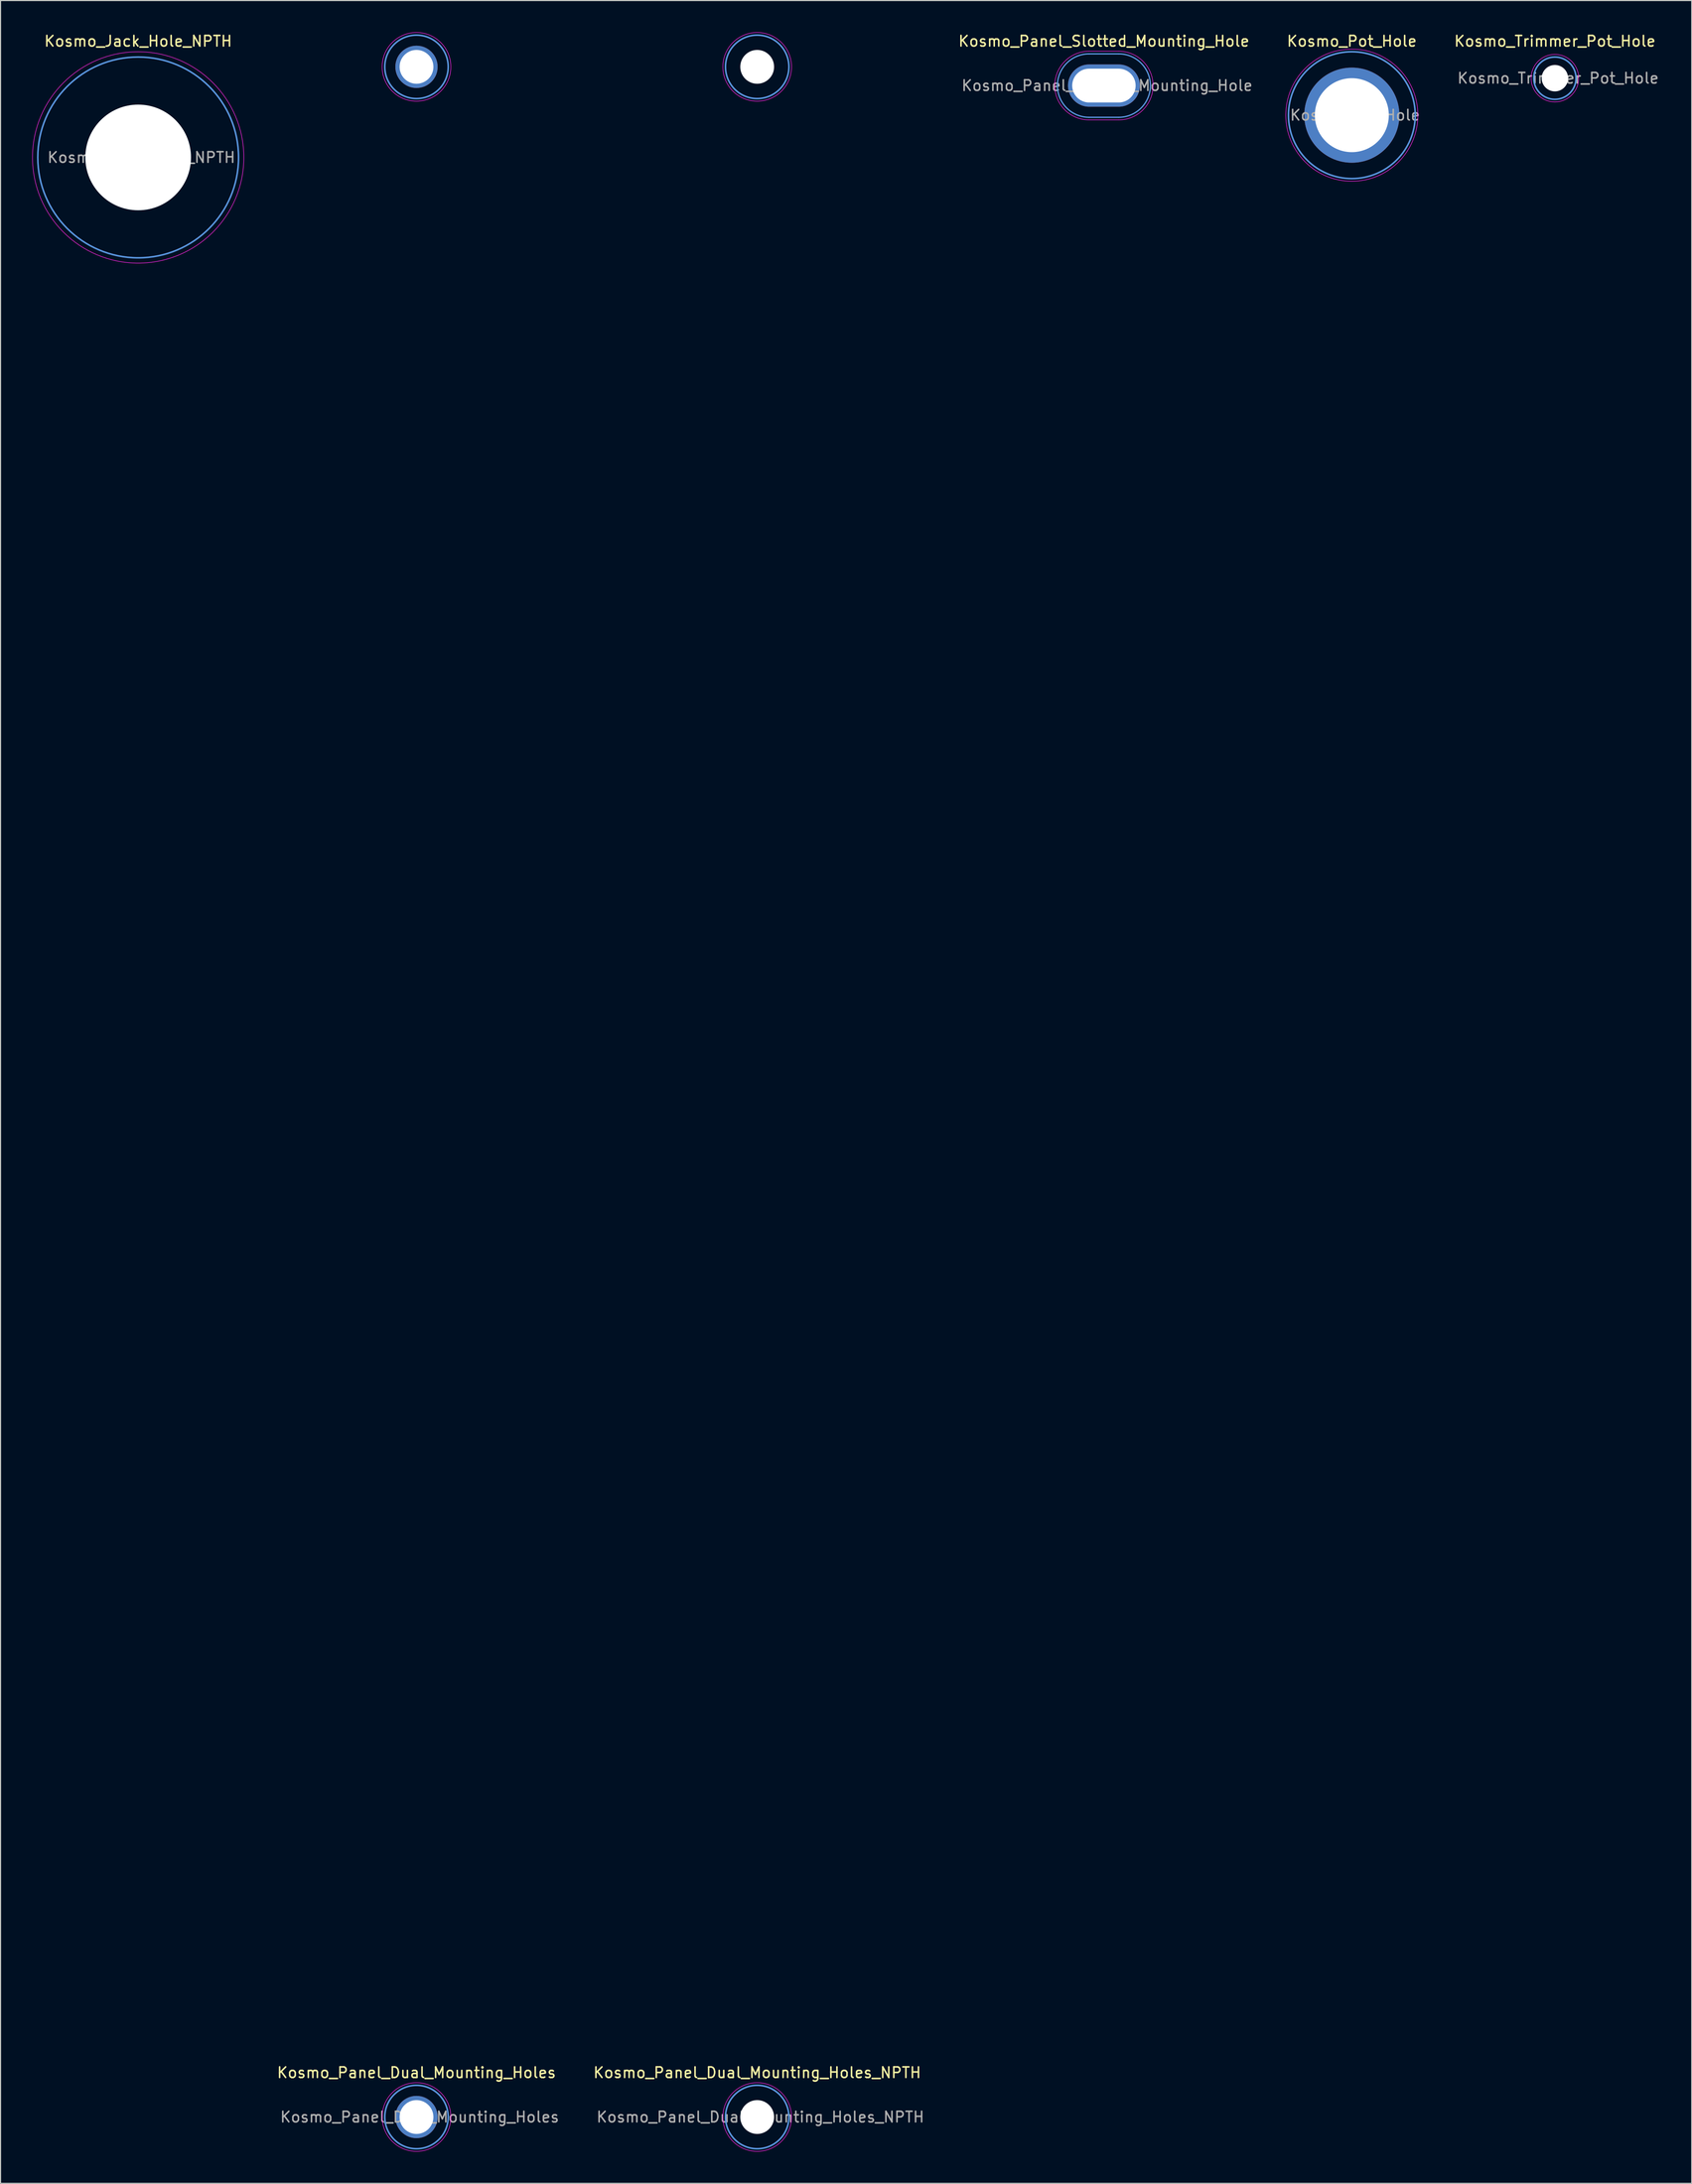
<source format=kicad_pcb>
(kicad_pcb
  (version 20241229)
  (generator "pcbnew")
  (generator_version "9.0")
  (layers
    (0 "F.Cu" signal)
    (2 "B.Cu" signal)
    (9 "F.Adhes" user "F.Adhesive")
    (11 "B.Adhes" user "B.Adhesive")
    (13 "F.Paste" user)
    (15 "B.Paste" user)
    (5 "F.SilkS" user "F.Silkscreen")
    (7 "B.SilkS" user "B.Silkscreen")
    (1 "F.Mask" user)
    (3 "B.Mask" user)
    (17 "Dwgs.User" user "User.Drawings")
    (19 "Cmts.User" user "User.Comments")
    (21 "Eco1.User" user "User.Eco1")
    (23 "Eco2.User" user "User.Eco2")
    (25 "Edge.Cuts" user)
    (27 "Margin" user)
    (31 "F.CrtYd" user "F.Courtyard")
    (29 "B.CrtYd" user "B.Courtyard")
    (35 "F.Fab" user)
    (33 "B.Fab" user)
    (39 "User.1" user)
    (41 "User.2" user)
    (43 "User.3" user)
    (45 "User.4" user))
  (footprint "Kosmo_Jack_Hole_NPTH"
    (layer "F.Cu")
    (at 10.025 11.848)
    (property "Reference" "Kosmo_Jack_Hole_NPTH" (at 0 -11 0) (layer "F.SilkS") (effects (font (size 1 1) (thickness 0.15))))
    (attr exclude_from_pos_files exclude_from_bom)
    (fp_circle (center 0 0) (end 9.5 0) (stroke (width 0.15) (type solid)) (fill no) (layer "Cmts.User"))
    (fp_circle (center 0 0) (end 10 0) (stroke (width 0.05) (type solid)) (fill no) (layer "F.CrtYd"))
    (fp_text user "${REFERENCE}" (at 0.3 0 0) (layer "F.Fab") (effects (font (size 1 1) (thickness 0.15))))
    (pad "" np_thru_hole circle (at 0 0) (size 10 10) (drill 10) (layers "*.Mask" "F.Cu")))
  (footprint "Kosmo_Panel_Slotted_Mounting_Hole"
    (layer "F.Cu")
    (at 100.018 5.048)
    (property "Reference" "Kosmo_Panel_Slotted_Mounting_Hole" (at 1.4 -4.2 0) (layer "F.SilkS") (effects (font (size 1 1) (thickness 0.15))))
    (attr exclude_from_pos_files exclude_from_bom)
    (fp_line (start 0 -3) (end 2.8 -3) (stroke (width 0.12) (type solid)) (layer "Cmts.User"))
    (fp_line (start 0 3) (end 2.8 3) (stroke (width 0.12) (type solid)) (layer "Cmts.User"))
    (fp_arc (start 0 3) (mid -3 0) (end 0 -3) (stroke (width 0.12) (type solid)) (layer "Cmts.User"))
    (fp_arc (start 2.8 -3) (mid 5.8 0) (end 2.8 3) (stroke (width 0.12) (type solid)) (layer "Cmts.User"))
    (fp_line (start 0 -3.25) (end 2.8 -3.25) (stroke (width 0.05) (type solid)) (layer "F.CrtYd"))
    (fp_line (start 0 3.25) (end 2.8 3.25) (stroke (width 0.05) (type solid)) (layer "F.CrtYd"))
    (fp_arc (start 0 3.25) (mid -3.25 0) (end 0 -3.25) (stroke (width 0.05) (type solid)) (layer "F.CrtYd"))
    (fp_arc (start 2.8 -3.25) (mid 6.05 0) (end 2.8 3.25) (stroke (width 0.05) (type solid)) (layer "F.CrtYd"))
    (fp_text user "${REFERENCE}" (at 1.7 0 0) (layer "F.Fab") (effects (font (size 1 1) (thickness 0.15))))
    (pad "1" thru_hole oval (at 1.4 0) (size 6.8 4) (drill oval 6 3.2) (layers "*.Cu" "*.Mask")))
  (footprint "Kosmo_Panel_Dual_Mounting_Holes_NPTH"
    (layer "F.Cu")
    (at 68.606 197.275)
    (property "Reference" "Kosmo_Panel_Dual_Mounting_Holes_NPTH" (at 0 -4.2 0) (layer "F.SilkS") (effects (font (size 1 1) (thickness 0.15))))
    (attr exclude_from_pos_files exclude_from_bom)
    (fp_circle (center 0 -194) (end 3 -194) (stroke (width 0.15) (type solid)) (fill no) (layer "Cmts.User"))
    (fp_circle (center 0 0) (end 3 0) (stroke (width 0.15) (type solid)) (fill no) (layer "Cmts.User"))
    (fp_circle (center 0 -194) (end 3.25 -194) (stroke (width 0.05) (type solid)) (fill no) (layer "F.CrtYd"))
    (fp_circle (center 0 0) (end 3.25 0) (stroke (width 0.05) (type solid)) (fill no) (layer "F.CrtYd"))
    (fp_text user "${REFERENCE}" (at 0.3 0 0) (layer "F.Fab") (effects (font (size 1 1) (thickness 0.15))))
    (pad "" np_thru_hole circle (at 0 -194) (size 3.2 3.2) (drill 3.2) (layers "*.Mask" "F.Cu"))
    (pad "" np_thru_hole circle (at 0 0) (size 3.2 3.2) (drill 3.2) (layers "*.Mask" "F.Cu")))
  (footprint "Kosmo_Trimmer_Pot_Hole"
    (layer "F.Cu")
    (at 144.096 4.348)
    (property "Reference" "Kosmo_Trimmer_Pot_Hole" (at 0 -3.5 0) (layer "F.SilkS") (effects (font (size 1 1) (thickness 0.15))))
    (attr exclude_from_pos_files exclude_from_bom)
    (fp_circle (center 0 0) (end 2 0) (stroke (width 0.15) (type solid)) (fill no) (layer "Cmts.User"))
    (fp_circle (center 0 0) (end 2.25 0) (stroke (width 0.05) (type solid)) (fill no) (layer "F.CrtYd"))
    (fp_text user "${REFERENCE}" (at 0.3 0 0) (layer "F.Fab") (effects (font (size 1 1) (thickness 0.15))))
    (pad "" np_thru_hole circle (at 0 0) (size 2.5 2.5) (drill 2.5) (layers "F.Cu" "F.Mask")))
  (footprint "Kosmo_Pot_Hole"
    (layer "F.Cu")
    (at 124.88 7.848)
    (property "Reference" "Kosmo_Pot_Hole" (at 0 -7 0) (layer "F.SilkS") (effects (font (size 1 1) (thickness 0.15))))
    (attr exclude_from_pos_files exclude_from_bom)
    (fp_circle (center 0 0) (end 6 0) (stroke (width 0.15) (type solid)) (fill no) (layer "Cmts.User"))
    (fp_circle (center 0 0) (end 6.25 0) (stroke (width 0.05) (type solid)) (fill no) (layer "F.CrtYd"))
    (fp_text user "${REFERENCE}" (at 0.3 0 0) (layer "F.Fab") (effects (font (size 1 1) (thickness 0.15))))
    (pad "1" thru_hole circle (at 0 0) (size 9 9) (drill 7) (layers "*.Cu" "*.Mask")))
  (footprint "Kosmo_Panel_Dual_Mounting_Holes"
    (layer "F.Cu")
    (at 36.365 197.275)
    (property "Reference" "Kosmo_Panel_Dual_Mounting_Holes" (at 0 -4.2 0) (layer "F.SilkS") (effects (font (size 1 1) (thickness 0.15))))
    (attr exclude_from_pos_files exclude_from_bom)
    (fp_circle (center 0 -194) (end 3 -194) (stroke (width 0.15) (type solid)) (fill no) (layer "Cmts.User"))
    (fp_circle (center 0 0) (end 3 0) (stroke (width 0.15) (type solid)) (fill no) (layer "Cmts.User"))
    (fp_circle (center 0 -194) (end 3.25 -194) (stroke (width 0.05) (type solid)) (fill no) (layer "F.CrtYd"))
    (fp_circle (center 0 0) (end 3.25 0) (stroke (width 0.05) (type solid)) (fill no) (layer "F.CrtYd"))
    (fp_text user "${REFERENCE}" (at 0.3 0 0) (layer "F.Fab") (effects (font (size 1 1) (thickness 0.15))))
    (pad "1" thru_hole circle (at 0 -194) (size 4 4) (drill 3.2) (layers "*.Cu" "*.Mask"))
    (pad "1" thru_hole circle (at 0 0) (size 4 4) (drill 3.2) (layers "*.Cu" "*.Mask")))
  (gr_rect
    (start -3 -3)
    (end 157.045 203.55)
    (stroke (width 0.1) (type default))
    (fill no)
    (layer "Edge.Cuts")))
</source>
